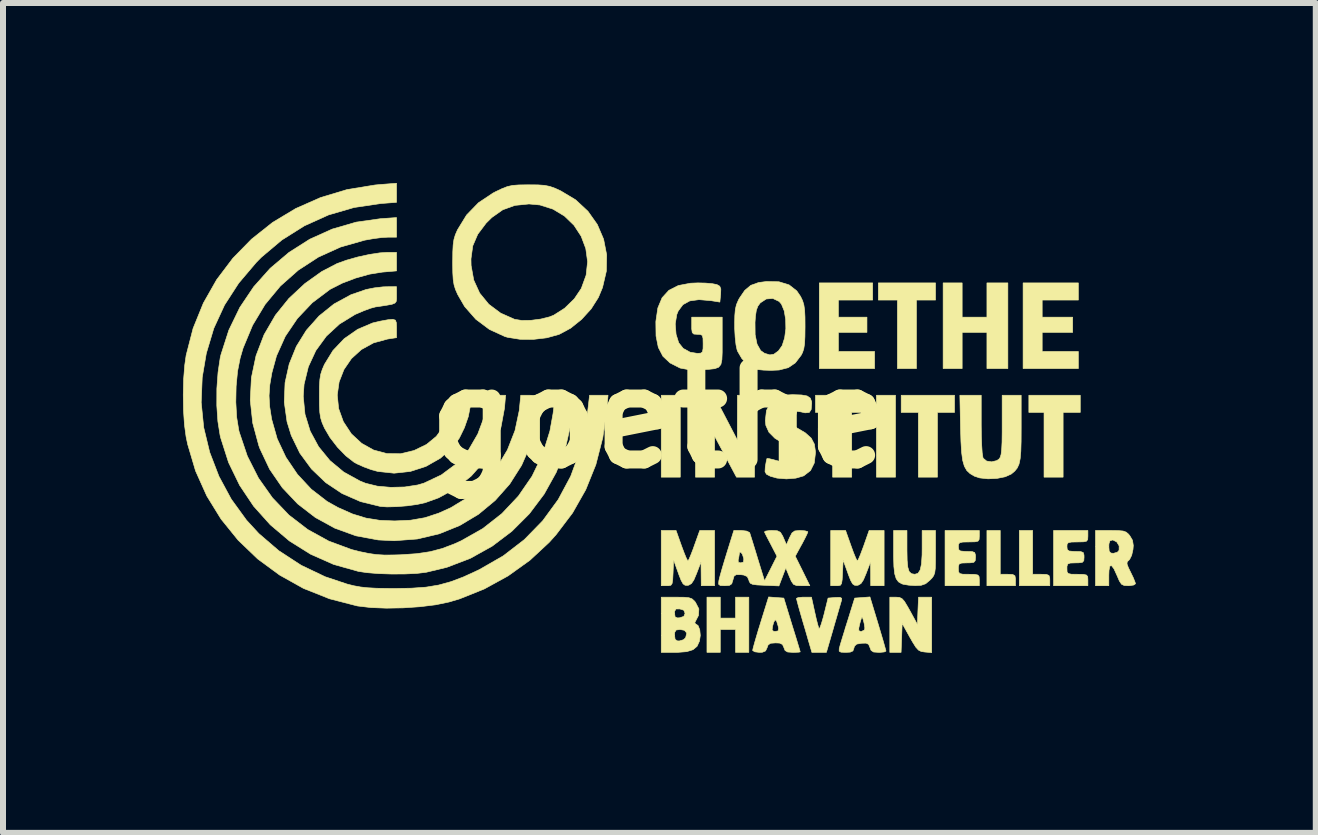
<source format=kicad_pcb>
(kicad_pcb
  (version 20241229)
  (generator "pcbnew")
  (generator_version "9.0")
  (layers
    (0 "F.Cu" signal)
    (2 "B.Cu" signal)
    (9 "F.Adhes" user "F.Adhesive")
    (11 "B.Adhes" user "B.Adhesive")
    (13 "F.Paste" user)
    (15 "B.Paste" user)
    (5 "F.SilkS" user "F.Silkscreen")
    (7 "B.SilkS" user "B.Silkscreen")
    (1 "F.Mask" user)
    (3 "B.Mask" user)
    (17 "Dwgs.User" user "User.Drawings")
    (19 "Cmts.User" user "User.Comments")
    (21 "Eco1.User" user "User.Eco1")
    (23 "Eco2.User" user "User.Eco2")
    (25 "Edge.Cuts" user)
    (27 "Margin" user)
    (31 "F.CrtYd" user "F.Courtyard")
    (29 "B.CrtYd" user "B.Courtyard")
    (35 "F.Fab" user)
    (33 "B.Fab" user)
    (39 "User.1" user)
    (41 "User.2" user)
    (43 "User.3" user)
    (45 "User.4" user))
  (footprint "goethe"
    (layer "F.Cu")
    (at 7.941 3.92)
    (property "Reference" "goethe" (at 0 0 0) (layer "F.SilkS") (effects (font (size 1.524 1.524) (thickness 0.3))))
    (attr through_hole)
    (fp_poly (pts (xy 0.349 0.984) (xy 0.032 0.984) (xy 0.032 -0.381) (xy 0.349 -0.381) (xy 0.349 0.984)) (stroke (width 0.01) (type solid)) (fill yes) (layer "F.SilkS"))
    (fp_poly (pts (xy 3.937 0.984) (xy 3.619 0.984) (xy 3.619 -0.381) (xy 3.937 -0.381) (xy 3.937 0.984)) (stroke (width 0.01) (type solid)) (fill yes) (layer "F.SilkS"))
    (fp_poly (pts (xy 3.493 -0.095) (xy 3.207 -0.095) (xy 3.207 0.984) (xy 2.889 0.984) (xy 2.889 -0.095) (xy 2.603 -0.095) (xy 2.603 -0.381) (xy 3.493 -0.381) (xy 3.493 -0.095)) (stroke (width 0.01) (type solid)) (fill yes) (layer "F.SilkS"))
    (fp_poly (pts (xy 4.604 -1.968) (xy 4.286 -1.968) (xy 4.286 -0.826) (xy 3.969 -0.826) (xy 3.969 -1.968) (xy 3.651 -1.968) (xy 3.651 -2.254) (xy 4.604 -2.254) (xy 4.604 -1.968)) (stroke (width 0.01) (type solid)) (fill yes) (layer "F.SilkS"))
    (fp_poly (pts (xy 4.921 -0.095) (xy 4.636 -0.095) (xy 4.636 0.984) (xy 4.318 0.984) (xy 4.318 -0.095) (xy 4.032 -0.095) (xy 4.032 -0.381) (xy 4.921 -0.381) (xy 4.921 -0.095)) (stroke (width 0.01) (type solid)) (fill yes) (layer "F.SilkS"))
    (fp_poly (pts (xy 7.017 -0.095) (xy 6.731 -0.095) (xy 6.731 0.984) (xy 6.413 0.984) (xy 6.413 -0.095) (xy 6.16 -0.095) (xy 6.16 -0.381) (xy 7.017 -0.381) (xy 7.017 -0.095)) (stroke (width 0.01) (type solid)) (fill yes) (layer "F.SilkS"))
    (fp_poly (pts (xy 5.683 2.603) (xy 5.81 2.603) (xy 5.892 2.607) (xy 5.928 2.628) (xy 5.937 2.678) (xy 5.937 2.699) (xy 5.937 2.794) (xy 5.461 2.794) (xy 5.461 1.873) (xy 5.683 1.873) (xy 5.683 2.603)) (stroke (width 0.01) (type solid)) (fill yes) (layer "F.SilkS"))
    (fp_poly (pts (xy 6.223 2.603) (xy 6.366 2.603) (xy 6.454 2.606) (xy 6.495 2.622) (xy 6.508 2.663) (xy 6.509 2.699) (xy 6.509 2.794) (xy 6.001 2.794) (xy 6.001 1.873) (xy 6.223 1.873) (xy 6.223 2.603)) (stroke (width 0.01) (type solid)) (fill yes) (layer "F.SilkS"))
    (fp_poly (pts (xy 1.016 3.334) (xy 1.27 3.334) (xy 1.27 2.985) (xy 1.492 2.985) (xy 1.492 3.905) (xy 1.27 3.905) (xy 1.27 3.524) (xy 1.016 3.524) (xy 1.016 3.905) (xy 0.794 3.905) (xy 0.794 2.985) (xy 1.016 2.985) (xy 1.016 3.334)) (stroke (width 0.01) (type solid)) (fill yes) (layer "F.SilkS"))
    (fp_poly (pts (xy 3.556 -1.968) (xy 2.985 -1.968) (xy 2.985 -1.683) (xy 3.461 -1.683) (xy 3.461 -1.429) (xy 2.985 -1.429) (xy 2.985 -1.111) (xy 3.588 -1.111) (xy 3.588 -0.826) (xy 2.667 -0.826) (xy 2.667 -2.254) (xy 3.556 -2.254) (xy 3.556 -1.968)) (stroke (width 0.01) (type solid)) (fill yes) (layer "F.SilkS"))
    (fp_poly (pts (xy 5.048 -1.683) (xy 5.461 -1.683) (xy 5.461 -2.254) (xy 5.81 -2.254) (xy 5.81 -0.826) (xy 5.461 -0.826) (xy 5.461 -1.429) (xy 5.048 -1.429) (xy 5.048 -0.826) (xy 4.731 -0.826) (xy 4.731 -2.254) (xy 5.048 -2.254) (xy 5.048 -1.683)) (stroke (width 0.01) (type solid)) (fill yes) (layer "F.SilkS"))
    (fp_poly (pts (xy 6.985 -1.968) (xy 6.382 -1.968) (xy 6.382 -1.683) (xy 6.89 -1.683) (xy 6.89 -1.429) (xy 6.382 -1.429) (xy 6.382 -1.111) (xy 6.985 -1.111) (xy 6.985 -0.826) (xy 6.064 -0.826) (xy 6.064 -2.254) (xy 6.985 -2.254) (xy 6.985 -1.968)) (stroke (width 0.01) (type solid)) (fill yes) (layer "F.SilkS"))
    (fp_poly (pts (xy 1.106 -0.008) (xy 1.3 0.365) (xy 1.301 -0.008) (xy 1.302 -0.381) (xy 1.587 -0.381) (xy 1.587 0.984) (xy 1.437 0.984) (xy 1.286 0.984) (xy 1.104 0.643) (xy 0.922 0.302) (xy 0.921 0.643) (xy 0.921 0.984) (xy 0.603 0.984) (xy 0.603 -0.381) (xy 0.911 -0.381) (xy 1.106 -0.008)) (stroke (width 0.01) (type solid)) (fill yes) (layer "F.SilkS"))
    (fp_poly (pts (xy 4.002 2.989) (xy 4.045 3.009) (xy 4.087 3.056) (xy 4.139 3.143) (xy 4.178 3.212) (xy 4.302 3.439) (xy 4.311 3.212) (xy 4.321 2.985) (xy 4.54 2.985) (xy 4.54 3.909) (xy 4.424 3.899) (xy 4.365 3.89) (xy 4.32 3.867) (xy 4.276 3.819) (xy 4.222 3.733) (xy 4.178 3.656) (xy 4.048 3.422) (xy 4.039 3.664) (xy 4.03 3.905) (xy 3.842 3.905) (xy 3.842 2.985) (xy 3.948 2.985) (xy 4.002 2.989)) (stroke (width 0.01) (type solid)) (fill yes) (layer "F.SilkS"))
    (fp_poly (pts (xy 2.59 3.231) (xy 2.617 3.351) (xy 2.642 3.447) (xy 2.659 3.503) (xy 2.662 3.508) (xy 2.677 3.494) (xy 2.701 3.429) (xy 2.731 3.327) (xy 2.746 3.27) (xy 2.813 3) (xy 2.933 2.99) (xy 3.011 2.988) (xy 3.04 3.003) (xy 3.037 3.038) (xy 3.022 3.089) (xy 2.993 3.188) (xy 2.955 3.32) (xy 2.91 3.474) (xy 2.903 3.5) (xy 2.785 3.905) (xy 2.543 3.905) (xy 2.48 3.691) (xy 2.437 3.541) (xy 2.387 3.373) (xy 2.352 3.251) (xy 2.32 3.139) (xy 2.297 3.052) (xy 2.286 3.007) (xy 2.286 3.005) (xy 2.314 2.992) (xy 2.384 2.985) (xy 2.411 2.985) (xy 2.536 2.985) (xy 2.59 3.231)) (stroke (width 0.01) (type solid)) (fill yes) (layer "F.SilkS"))
    (fp_poly (pts (xy 0.369 2.127) (xy 0.412 2.242) (xy 0.448 2.33) (xy 0.472 2.377) (xy 0.476 2.381) (xy 0.494 2.354) (xy 0.526 2.279) (xy 0.567 2.173) (xy 0.583 2.127) (xy 0.674 1.873) (xy 0.921 1.873) (xy 0.921 2.794) (xy 0.699 2.794) (xy 0.697 2.596) (xy 0.695 2.397) (xy 0.622 2.588) (xy 0.576 2.697) (xy 0.536 2.757) (xy 0.491 2.784) (xy 0.472 2.788) (xy 0.429 2.786) (xy 0.396 2.763) (xy 0.363 2.704) (xy 0.322 2.599) (xy 0.316 2.581) (xy 0.238 2.365) (xy 0.229 2.58) (xy 0.223 2.693) (xy 0.213 2.757) (xy 0.192 2.786) (xy 0.153 2.794) (xy 0.126 2.794) (xy 0.032 2.794) (xy 0.032 1.873) (xy 0.279 1.873) (xy 0.369 2.127)) (stroke (width 0.01) (type solid)) (fill yes) (layer "F.SilkS"))
    (fp_poly (pts (xy 3.195 2.127) (xy 3.237 2.242) (xy 3.273 2.33) (xy 3.297 2.377) (xy 3.301 2.381) (xy 3.319 2.353) (xy 3.351 2.279) (xy 3.391 2.173) (xy 3.408 2.127) (xy 3.497 1.873) (xy 3.747 1.873) (xy 3.747 2.794) (xy 3.524 2.794) (xy 3.523 2.596) (xy 3.521 2.397) (xy 3.448 2.588) (xy 3.402 2.697) (xy 3.362 2.757) (xy 3.317 2.784) (xy 3.298 2.788) (xy 3.255 2.786) (xy 3.222 2.763) (xy 3.189 2.704) (xy 3.148 2.599) (xy 3.142 2.581) (xy 3.064 2.365) (xy 3.054 2.58) (xy 3.048 2.693) (xy 3.038 2.757) (xy 3.018 2.786) (xy 2.979 2.794) (xy 2.951 2.794) (xy 2.857 2.794) (xy 2.857 1.873) (xy 3.105 1.873) (xy 3.195 2.127)) (stroke (width 0.01) (type solid)) (fill yes) (layer "F.SilkS"))
    (fp_poly (pts (xy 4.128 2.2) (xy 4.131 2.37) (xy 4.142 2.485) (xy 4.164 2.557) (xy 4.202 2.593) (xy 4.256 2.603) (xy 4.26 2.603) (xy 4.312 2.587) (xy 4.348 2.532) (xy 4.37 2.433) (xy 4.38 2.282) (xy 4.381 2.177) (xy 4.381 1.873) (xy 4.604 1.873) (xy 4.604 2.241) (xy 4.603 2.399) (xy 4.6 2.507) (xy 4.591 2.578) (xy 4.573 2.627) (xy 4.545 2.666) (xy 4.511 2.701) (xy 4.439 2.761) (xy 4.364 2.787) (xy 4.265 2.792) (xy 4.158 2.785) (xy 4.067 2.77) (xy 4.042 2.762) (xy 3.987 2.73) (xy 3.949 2.678) (xy 3.924 2.597) (xy 3.91 2.475) (xy 3.905 2.304) (xy 3.905 2.24) (xy 3.905 1.873) (xy 4.128 1.873) (xy 4.128 2.2)) (stroke (width 0.01) (type solid)) (fill yes) (layer "F.SilkS"))
    (fp_poly (pts (xy 5.334 1.968) (xy 5.331 2.023) (xy 5.312 2.051) (xy 5.261 2.062) (xy 5.162 2.064) (xy 5.159 2.064) (xy 5.059 2.066) (xy 5.007 2.077) (xy 4.988 2.103) (xy 4.985 2.143) (xy 4.991 2.192) (xy 5.02 2.215) (xy 5.089 2.222) (xy 5.128 2.223) (xy 5.215 2.225) (xy 5.257 2.241) (xy 5.27 2.282) (xy 5.271 2.318) (xy 5.266 2.376) (xy 5.242 2.404) (xy 5.182 2.412) (xy 5.128 2.413) (xy 5.04 2.416) (xy 4.998 2.432) (xy 4.986 2.472) (xy 4.985 2.508) (xy 4.988 2.563) (xy 5.007 2.591) (xy 5.058 2.602) (xy 5.157 2.603) (xy 5.159 2.603) (xy 5.259 2.605) (xy 5.311 2.616) (xy 5.331 2.643) (xy 5.334 2.697) (xy 5.334 2.699) (xy 5.334 2.794) (xy 4.763 2.794) (xy 4.763 1.873) (xy 5.334 1.873) (xy 5.334 1.968)) (stroke (width 0.01) (type solid)) (fill yes) (layer "F.SilkS"))
    (fp_poly (pts (xy 7.144 1.968) (xy 7.141 2.023) (xy 7.122 2.051) (xy 7.07 2.062) (xy 6.972 2.064) (xy 6.969 2.064) (xy 6.869 2.066) (xy 6.817 2.077) (xy 6.797 2.103) (xy 6.795 2.143) (xy 6.8 2.192) (xy 6.83 2.215) (xy 6.899 2.222) (xy 6.937 2.223) (xy 7.025 2.225) (xy 7.067 2.241) (xy 7.079 2.282) (xy 7.08 2.318) (xy 7.076 2.376) (xy 7.052 2.404) (xy 6.991 2.412) (xy 6.937 2.413) (xy 6.85 2.416) (xy 6.808 2.432) (xy 6.795 2.472) (xy 6.795 2.508) (xy 6.797 2.563) (xy 6.817 2.591) (xy 6.868 2.602) (xy 6.966 2.603) (xy 6.969 2.603) (xy 7.069 2.605) (xy 7.121 2.616) (xy 7.141 2.643) (xy 7.144 2.697) (xy 7.144 2.699) (xy 7.144 2.794) (xy 6.572 2.794) (xy 6.572 1.873) (xy 7.144 1.873) (xy 7.144 1.968)) (stroke (width 0.01) (type solid)) (fill yes) (layer "F.SilkS"))
    (fp_poly (pts (xy 5.366 0.113) (xy 5.368 0.296) (xy 5.374 0.454) (xy 5.382 0.577) (xy 5.394 0.654) (xy 5.399 0.669) (xy 5.456 0.716) (xy 5.54 0.729) (xy 5.626 0.708) (xy 5.665 0.68) (xy 5.684 0.651) (xy 5.698 0.601) (xy 5.707 0.52) (xy 5.713 0.4) (xy 5.715 0.231) (xy 5.715 0.125) (xy 5.715 -0.381) (xy 6.032 -0.381) (xy 6.032 0.167) (xy 6.031 0.387) (xy 6.026 0.554) (xy 6.015 0.677) (xy 5.996 0.767) (xy 5.966 0.832) (xy 5.925 0.883) (xy 5.869 0.93) (xy 5.865 0.933) (xy 5.765 0.978) (xy 5.629 1.005) (xy 5.479 1.012) (xy 5.341 0.997) (xy 5.253 0.968) (xy 5.18 0.925) (xy 5.125 0.873) (xy 5.085 0.802) (xy 5.057 0.705) (xy 5.039 0.571) (xy 5.028 0.391) (xy 5.021 0.167) (xy 5.01 -0.381) (xy 5.366 -0.381) (xy 5.366 0.113)) (stroke (width 0.01) (type solid)) (fill yes) (layer "F.SilkS"))
    (fp_poly (pts (xy 1.948 2.991) (xy 2.075 3) (xy 2.211 3.445) (xy 2.26 3.602) (xy 2.301 3.736) (xy 2.331 3.836) (xy 2.347 3.89) (xy 2.349 3.897) (xy 2.321 3.902) (xy 2.251 3.905) (xy 2.223 3.905) (xy 2.139 3.899) (xy 2.096 3.874) (xy 2.077 3.826) (xy 2.053 3.773) (xy 2.004 3.75) (xy 1.937 3.747) (xy 1.854 3.753) (xy 1.813 3.782) (xy 1.797 3.826) (xy 1.771 3.881) (xy 1.718 3.903) (xy 1.666 3.905) (xy 1.593 3.896) (xy 1.557 3.875) (xy 1.556 3.87) (xy 1.565 3.829) (xy 1.59 3.738) (xy 1.627 3.612) (xy 1.651 3.531) (xy 1.88 3.531) (xy 1.905 3.554) (xy 1.934 3.556) (xy 1.98 3.547) (xy 1.988 3.507) (xy 1.981 3.469) (xy 1.955 3.384) (xy 1.931 3.362) (xy 1.907 3.403) (xy 1.888 3.469) (xy 1.88 3.531) (xy 1.651 3.531) (xy 1.673 3.461) (xy 1.689 3.408) (xy 1.822 2.981) (xy 1.948 2.991)) (stroke (width 0.01) (type solid)) (fill yes) (layer "F.SilkS"))
    (fp_poly (pts (xy 3.645 3.423) (xy 3.692 3.581) (xy 3.732 3.716) (xy 3.761 3.819) (xy 3.777 3.876) (xy 3.778 3.884) (xy 3.75 3.898) (xy 3.68 3.905) (xy 3.655 3.905) (xy 3.571 3.899) (xy 3.53 3.872) (xy 3.511 3.824) (xy 3.489 3.771) (xy 3.446 3.751) (xy 3.372 3.753) (xy 3.29 3.767) (xy 3.253 3.802) (xy 3.244 3.834) (xy 3.227 3.881) (xy 3.182 3.901) (xy 3.109 3.905) (xy 3.029 3.902) (xy 2.998 3.885) (xy 2.999 3.842) (xy 3.003 3.828) (xy 3.019 3.768) (xy 3.051 3.663) (xy 3.093 3.527) (xy 3.099 3.505) (xy 3.324 3.505) (xy 3.327 3.544) (xy 3.354 3.556) (xy 3.369 3.556) (xy 3.418 3.533) (xy 3.426 3.5) (xy 3.415 3.426) (xy 3.4 3.365) (xy 3.385 3.322) (xy 3.372 3.326) (xy 3.354 3.382) (xy 3.343 3.421) (xy 3.324 3.505) (xy 3.099 3.505) (xy 3.14 3.376) (xy 3.257 3) (xy 3.384 2.991) (xy 3.511 2.981) (xy 3.645 3.423)) (stroke (width 0.01) (type solid)) (fill yes) (layer "F.SilkS"))
    (fp_poly (pts (xy 0.411 2.986) (xy 0.493 2.994) (xy 0.544 3.012) (xy 0.582 3.046) (xy 0.601 3.068) (xy 0.659 3.18) (xy 0.653 3.289) (xy 0.617 3.358) (xy 0.591 3.411) (xy 0.602 3.429) (xy 0.645 3.457) (xy 0.674 3.528) (xy 0.683 3.622) (xy 0.669 3.717) (xy 0.629 3.804) (xy 0.562 3.86) (xy 0.457 3.893) (xy 0.304 3.905) (xy 0.253 3.905) (xy 0.032 3.905) (xy 0.032 3.619) (xy 0.254 3.619) (xy 0.263 3.688) (xy 0.299 3.713) (xy 0.332 3.715) (xy 0.404 3.694) (xy 0.439 3.659) (xy 0.457 3.583) (xy 0.419 3.537) (xy 0.347 3.524) (xy 0.281 3.532) (xy 0.257 3.57) (xy 0.254 3.619) (xy 0.032 3.619) (xy 0.032 3.254) (xy 0.254 3.254) (xy 0.263 3.314) (xy 0.303 3.331) (xy 0.341 3.328) (xy 0.409 3.305) (xy 0.429 3.254) (xy 0.408 3.202) (xy 0.341 3.181) (xy 0.278 3.182) (xy 0.256 3.218) (xy 0.254 3.254) (xy 0.032 3.254) (xy 0.032 2.985) (xy 0.283 2.985) (xy 0.411 2.986)) (stroke (width 0.01) (type solid)) (fill yes) (layer "F.SilkS"))
    (fp_poly (pts (xy 7.65 1.875) (xy 7.731 1.882) (xy 7.783 1.901) (xy 7.822 1.935) (xy 7.843 1.961) (xy 7.888 2.037) (xy 7.901 2.123) (xy 7.896 2.189) (xy 7.874 2.287) (xy 7.839 2.357) (xy 7.828 2.368) (xy 7.8 2.395) (xy 7.796 2.431) (xy 7.819 2.493) (xy 7.856 2.568) (xy 7.901 2.661) (xy 7.93 2.734) (xy 7.938 2.761) (xy 7.909 2.782) (xy 7.84 2.793) (xy 7.818 2.794) (xy 7.749 2.79) (xy 7.705 2.769) (xy 7.669 2.715) (xy 7.632 2.629) (xy 7.579 2.513) (xy 7.538 2.459) (xy 7.51 2.467) (xy 7.496 2.538) (xy 7.493 2.617) (xy 7.493 2.794) (xy 7.271 2.794) (xy 7.271 2.143) (xy 7.493 2.143) (xy 7.499 2.218) (xy 7.526 2.249) (xy 7.569 2.254) (xy 7.635 2.236) (xy 7.664 2.204) (xy 7.665 2.13) (xy 7.625 2.064) (xy 7.562 2.032) (xy 7.555 2.032) (xy 7.512 2.045) (xy 7.495 2.095) (xy 7.493 2.143) (xy 7.271 2.143) (xy 7.271 1.873) (xy 7.522 1.873) (xy 7.65 1.875)) (stroke (width 0.01) (type solid)) (fill yes) (layer "F.SilkS"))
    (fp_poly (pts (xy 2.369 -0.386) (xy 2.464 -0.369) (xy 2.517 -0.333) (xy 2.538 -0.276) (xy 2.54 -0.244) (xy 2.531 -0.142) (xy 2.499 -0.094) (xy 2.43 -0.088) (xy 2.356 -0.105) (xy 2.229 -0.122) (xy 2.145 -0.093) (xy 2.104 -0.019) (xy 2.101 -0.006) (xy 2.107 0.037) (xy 2.147 0.079) (xy 2.23 0.13) (xy 2.281 0.156) (xy 2.433 0.245) (xy 2.532 0.334) (xy 2.585 0.435) (xy 2.603 0.561) (xy 2.603 0.577) (xy 2.583 0.748) (xy 2.52 0.874) (xy 2.411 0.959) (xy 2.402 0.964) (xy 2.274 1.001) (xy 2.118 1.013) (xy 1.962 1) (xy 1.851 0.969) (xy 1.786 0.935) (xy 1.762 0.893) (xy 1.766 0.819) (xy 1.768 0.804) (xy 1.782 0.724) (xy 1.793 0.677) (xy 1.795 0.673) (xy 1.827 0.675) (xy 1.902 0.693) (xy 1.967 0.711) (xy 2.112 0.74) (xy 2.214 0.731) (xy 2.271 0.684) (xy 2.28 0.614) (xy 2.262 0.56) (xy 2.212 0.509) (xy 2.118 0.451) (xy 2.082 0.432) (xy 1.926 0.335) (xy 1.827 0.235) (xy 1.776 0.122) (xy 1.767 0.043) (xy 1.786 -0.127) (xy 1.854 -0.256) (xy 1.969 -0.343) (xy 2.129 -0.386) (xy 2.22 -0.391) (xy 2.369 -0.386)) (stroke (width 0.01) (type solid)) (fill yes) (layer "F.SilkS"))
    (fp_poly (pts (xy 0.771 -2.251) (xy 0.883 -2.241) (xy 0.955 -2.227) (xy 0.96 -2.226) (xy 1.007 -2.199) (xy 1.025 -2.153) (xy 1.022 -2.068) (xy 1.022 -2.066) (xy 1.009 -1.934) (xy 0.862 -1.958) (xy 0.661 -1.975) (xy 0.507 -1.954) (xy 0.393 -1.891) (xy 0.315 -1.786) (xy 0.291 -1.727) (xy 0.265 -1.57) (xy 0.279 -1.397) (xy 0.323 -1.256) (xy 0.398 -1.162) (xy 0.513 -1.099) (xy 0.633 -1.079) (xy 0.691 -1.083) (xy 0.719 -1.104) (xy 0.729 -1.159) (xy 0.73 -1.238) (xy 0.728 -1.332) (xy 0.715 -1.379) (xy 0.682 -1.395) (xy 0.635 -1.397) (xy 0.576 -1.401) (xy 0.549 -1.425) (xy 0.54 -1.486) (xy 0.54 -1.54) (xy 0.54 -1.683) (xy 1.048 -1.683) (xy 1.048 -1.273) (xy 1.048 -1.097) (xy 1.043 -0.974) (xy 1.026 -0.894) (xy 0.988 -0.848) (xy 0.923 -0.824) (xy 0.823 -0.813) (xy 0.699 -0.806) (xy 0.496 -0.807) (xy 0.349 -0.834) (xy 0.341 -0.837) (xy 0.178 -0.92) (xy 0.059 -1.032) (xy -0.017 -1.179) (xy -0.055 -1.369) (xy -0.058 -1.606) (xy -0.057 -1.617) (xy -0.025 -1.836) (xy 0.046 -2.006) (xy 0.159 -2.13) (xy 0.316 -2.21) (xy 0.52 -2.249) (xy 0.643 -2.254) (xy 0.771 -2.251)) (stroke (width 0.01) (type solid)) (fill yes) (layer "F.SilkS"))
    (fp_poly (pts (xy 1.994 -2.273) (xy 2.163 -2.221) (xy 2.291 -2.121) (xy 2.355 -2.027) (xy 2.388 -1.958) (xy 2.409 -1.889) (xy 2.422 -1.802) (xy 2.428 -1.683) (xy 2.429 -1.524) (xy 2.427 -1.358) (xy 2.421 -1.24) (xy 2.408 -1.157) (xy 2.387 -1.093) (xy 2.364 -1.048) (xy 2.267 -0.921) (xy 2.149 -0.841) (xy 1.997 -0.802) (xy 1.861 -0.796) (xy 1.738 -0.8) (xy 1.634 -0.81) (xy 1.572 -0.824) (xy 1.471 -0.89) (xy 1.375 -0.994) (xy 1.305 -1.114) (xy 1.296 -1.138) (xy 1.278 -1.222) (xy 1.264 -1.348) (xy 1.256 -1.493) (xy 1.256 -1.556) (xy 1.256 -1.596) (xy 1.595 -1.596) (xy 1.597 -1.391) (xy 1.629 -1.233) (xy 1.689 -1.126) (xy 1.753 -1.081) (xy 1.842 -1.054) (xy 1.909 -1.065) (xy 1.985 -1.12) (xy 1.986 -1.121) (xy 2.048 -1.209) (xy 2.089 -1.338) (xy 2.109 -1.489) (xy 2.106 -1.645) (xy 2.082 -1.788) (xy 2.036 -1.9) (xy 1.997 -1.945) (xy 1.892 -1.995) (xy 1.782 -1.986) (xy 1.683 -1.921) (xy 1.643 -1.867) (xy 1.617 -1.798) (xy 1.602 -1.697) (xy 1.595 -1.596) (xy 1.256 -1.596) (xy 1.258 -1.706) (xy 1.267 -1.812) (xy 1.286 -1.893) (xy 1.318 -1.967) (xy 1.334 -1.997) (xy 1.424 -2.129) (xy 1.524 -2.213) (xy 1.654 -2.26) (xy 1.785 -2.277) (xy 1.994 -2.273)) (stroke (width 0.01) (type solid)) (fill yes) (layer "F.SilkS"))
    (fp_poly (pts (xy -4.4 -1.633) (xy -4.384 -1.591) (xy -4.381 -1.518) (xy -4.381 -1.496) (xy -4.381 -1.341) (xy -4.531 -1.318) (xy -4.765 -1.254) (xy -4.967 -1.143) (xy -5.133 -0.992) (xy -5.258 -0.809) (xy -5.338 -0.604) (xy -5.369 -0.385) (xy -5.346 -0.159) (xy -5.268 0.058) (xy -5.134 0.262) (xy -4.962 0.421) (xy -4.763 0.532) (xy -4.543 0.591) (xy -4.314 0.594) (xy -4.089 0.54) (xy -3.881 0.439) (xy -3.717 0.304) (xy -3.59 0.128) (xy -3.497 -0.095) (xy -3.446 -0.294) (xy -3.429 -0.347) (xy -3.394 -0.373) (xy -3.322 -0.381) (xy -3.281 -0.381) (xy -3.134 -0.381) (xy -3.152 -0.191) (xy -3.185 -0.024) (xy -3.249 0.159) (xy -3.333 0.331) (xy -3.427 0.468) (xy -3.439 0.481) (xy -3.65 0.668) (xy -3.891 0.805) (xy -4.151 0.889) (xy -4.422 0.918) (xy -4.692 0.889) (xy -4.799 0.86) (xy -4.921 0.815) (xy -5.036 0.764) (xy -5.089 0.735) (xy -5.225 0.629) (xy -5.365 0.485) (xy -5.49 0.323) (xy -5.582 0.166) (xy -5.621 0.077) (xy -5.646 -0.004) (xy -5.66 -0.095) (xy -5.666 -0.214) (xy -5.667 -0.365) (xy -5.666 -0.527) (xy -5.659 -0.643) (xy -5.644 -0.733) (xy -5.618 -0.813) (xy -5.582 -0.896) (xy -5.441 -1.126) (xy -5.253 -1.324) (xy -5.029 -1.48) (xy -4.78 -1.586) (xy -4.653 -1.616) (xy -4.523 -1.64) (xy -4.443 -1.647) (xy -4.4 -1.633)) (stroke (width 0.01) (type solid)) (fill yes) (layer "F.SilkS"))
    (fp_poly (pts (xy -4.381 -2.049) (xy -4.381 -1.987) (xy -4.386 -1.945) (xy -4.407 -1.918) (xy -4.456 -1.898) (xy -4.543 -1.882) (xy -4.678 -1.861) (xy -4.731 -1.854) (xy -4.813 -1.832) (xy -4.929 -1.789) (xy -5.056 -1.735) (xy -5.075 -1.726) (xy -5.332 -1.568) (xy -5.551 -1.366) (xy -5.726 -1.126) (xy -5.851 -0.856) (xy -5.922 -0.565) (xy -5.936 -0.364) (xy -5.907 -0.065) (xy -5.82 0.218) (xy -5.68 0.477) (xy -5.492 0.707) (xy -5.261 0.899) (xy -4.991 1.048) (xy -4.897 1.086) (xy -4.703 1.134) (xy -4.477 1.154) (xy -4.243 1.148) (xy -4.026 1.114) (xy -3.924 1.084) (xy -3.634 0.947) (xy -3.387 0.763) (xy -3.183 0.535) (xy -3.026 0.264) (xy -2.94 0.034) (xy -2.911 -0.088) (xy -2.892 -0.208) (xy -2.889 -0.26) (xy -2.889 -0.381) (xy -2.563 -0.381) (xy -2.581 -0.167) (xy -2.64 0.152) (xy -2.756 0.451) (xy -2.923 0.725) (xy -3.136 0.966) (xy -3.39 1.17) (xy -3.678 1.328) (xy -3.902 1.409) (xy -4.037 1.439) (xy -4.204 1.462) (xy -4.38 1.476) (xy -4.54 1.48) (xy -4.651 1.472) (xy -4.982 1.391) (xy -5.288 1.257) (xy -5.562 1.074) (xy -5.798 0.848) (xy -5.992 0.584) (xy -6.136 0.288) (xy -6.206 0.061) (xy -6.252 -0.267) (xy -6.239 -0.59) (xy -6.17 -0.901) (xy -6.051 -1.195) (xy -5.884 -1.464) (xy -5.673 -1.702) (xy -5.424 -1.902) (xy -5.14 -2.057) (xy -4.888 -2.144) (xy -4.752 -2.171) (xy -4.607 -2.188) (xy -4.548 -2.19) (xy -4.381 -2.191) (xy -4.381 -2.049)) (stroke (width 0.01) (type solid)) (fill yes) (layer "F.SilkS"))
    (fp_poly (pts (xy -4.381 -2.454) (xy -4.617 -2.434) (xy -4.829 -2.4) (xy -5.062 -2.335) (xy -5.288 -2.249) (xy -5.481 -2.151) (xy -5.494 -2.143) (xy -5.786 -1.923) (xy -6.034 -1.661) (xy -6.235 -1.364) (xy -6.382 -1.037) (xy -6.459 -0.755) (xy -6.494 -0.551) (xy -6.506 -0.373) (xy -6.496 -0.193) (xy -6.463 0.016) (xy -6.462 0.021) (xy -6.37 0.345) (xy -6.225 0.653) (xy -6.033 0.937) (xy -5.802 1.185) (xy -5.538 1.389) (xy -5.36 1.489) (xy -5.114 1.598) (xy -4.889 1.667) (xy -4.659 1.704) (xy -4.413 1.714) (xy -4.148 1.702) (xy -3.912 1.661) (xy -3.679 1.585) (xy -3.477 1.494) (xy -3.187 1.318) (xy -2.929 1.093) (xy -2.709 0.827) (xy -2.532 0.529) (xy -2.406 0.208) (xy -2.335 -0.126) (xy -2.331 -0.166) (xy -2.31 -0.381) (xy -2.155 -0.381) (xy -2.063 -0.379) (xy -2.017 -0.366) (xy -2.002 -0.33) (xy -2.001 -0.278) (xy -2.008 -0.195) (xy -2.023 -0.075) (xy -2.044 0.056) (xy -2.046 0.064) (xy -2.144 0.441) (xy -2.296 0.787) (xy -2.494 1.099) (xy -2.736 1.372) (xy -3.016 1.604) (xy -3.329 1.791) (xy -3.67 1.929) (xy -4.035 2.015) (xy -4.419 2.044) (xy -4.686 2.031) (xy -5.058 1.962) (xy -5.409 1.835) (xy -5.735 1.656) (xy -6.028 1.43) (xy -6.284 1.16) (xy -6.496 0.852) (xy -6.658 0.509) (xy -6.676 0.46) (xy -6.778 0.082) (xy -6.819 -0.298) (xy -6.8 -0.674) (xy -6.723 -1.04) (xy -6.589 -1.39) (xy -6.399 -1.717) (xy -6.174 -1.996) (xy -5.91 -2.242) (xy -5.628 -2.443) (xy -5.371 -2.577) (xy -5.214 -2.633) (xy -5.027 -2.686) (xy -4.834 -2.728) (xy -4.658 -2.755) (xy -4.548 -2.762) (xy -4.381 -2.762) (xy -4.381 -2.454)) (stroke (width 0.01) (type solid)) (fill yes) (layer "F.SilkS"))
    (fp_poly (pts (xy -2.024 -3.888) (xy -1.913 -3.88) (xy -1.824 -3.862) (xy -1.735 -3.83) (xy -1.644 -3.788) (xy -1.394 -3.638) (xy -1.19 -3.448) (xy -1.034 -3.228) (xy -0.929 -2.983) (xy -0.878 -2.722) (xy -0.883 -2.451) (xy -0.947 -2.177) (xy -1.016 -2.011) (xy -1.136 -1.822) (xy -1.296 -1.646) (xy -1.479 -1.499) (xy -1.667 -1.398) (xy -1.674 -1.395) (xy -1.872 -1.34) (xy -2.096 -1.313) (xy -2.321 -1.314) (xy -2.521 -1.345) (xy -2.572 -1.359) (xy -2.832 -1.478) (xy -3.059 -1.648) (xy -3.246 -1.861) (xy -3.36 -2.058) (xy -3.398 -2.144) (xy -3.422 -2.222) (xy -3.436 -2.31) (xy -3.443 -2.425) (xy -3.445 -2.585) (xy -3.445 -2.603) (xy -3.444 -2.655) (xy -3.14 -2.655) (xy -3.138 -2.545) (xy -3.094 -2.301) (xy -2.995 -2.084) (xy -2.843 -1.898) (xy -2.645 -1.75) (xy -2.413 -1.647) (xy -2.294 -1.628) (xy -2.141 -1.63) (xy -1.978 -1.651) (xy -1.83 -1.688) (xy -1.76 -1.716) (xy -1.578 -1.832) (xy -1.417 -1.989) (xy -1.301 -2.161) (xy -1.22 -2.384) (xy -1.196 -2.608) (xy -1.226 -2.827) (xy -1.303 -3.032) (xy -1.423 -3.215) (xy -1.581 -3.368) (xy -1.771 -3.483) (xy -1.99 -3.553) (xy -2.175 -3.57) (xy -2.408 -3.546) (xy -2.61 -3.473) (xy -2.793 -3.344) (xy -2.887 -3.251) (xy -3.027 -3.065) (xy -3.11 -2.872) (xy -3.14 -2.655) (xy -3.444 -2.655) (xy -3.443 -2.769) (xy -3.437 -2.887) (xy -3.424 -2.977) (xy -3.401 -3.055) (xy -3.365 -3.138) (xy -3.362 -3.143) (xy -3.213 -3.386) (xy -3.015 -3.59) (xy -2.772 -3.752) (xy -2.738 -3.77) (xy -2.623 -3.825) (xy -2.533 -3.86) (xy -2.447 -3.879) (xy -2.344 -3.887) (xy -2.202 -3.889) (xy -2.177 -3.889) (xy -2.024 -3.888)) (stroke (width 0.01) (type solid)) (fill yes) (layer "F.SilkS"))
    (fp_poly (pts (xy 1.455 1.883) (xy 1.504 1.907) (xy 1.507 1.913) (xy 1.521 1.957) (xy 1.55 2.049) (xy 1.589 2.175) (xy 1.634 2.323) (xy 1.637 2.333) (xy 1.754 2.713) (xy 1.858 2.507) (xy 1.961 2.302) (xy 1.862 2.111) (xy 1.81 2.012) (xy 1.77 1.934) (xy 1.752 1.897) (xy 1.773 1.883) (xy 1.84 1.874) (xy 1.879 1.873) (xy 1.967 1.878) (xy 2.018 1.903) (xy 2.055 1.963) (xy 2.068 1.992) (xy 2.119 2.111) (xy 2.171 1.992) (xy 2.211 1.915) (xy 2.257 1.881) (xy 2.335 1.873) (xy 2.35 1.873) (xy 2.429 1.879) (xy 2.473 1.892) (xy 2.476 1.897) (xy 2.461 1.935) (xy 2.423 2.012) (xy 2.371 2.111) (xy 2.37 2.111) (xy 2.266 2.302) (xy 2.388 2.548) (xy 2.509 2.794) (xy 2.37 2.794) (xy 2.286 2.791) (xy 2.237 2.771) (xy 2.201 2.719) (xy 2.169 2.645) (xy 2.108 2.497) (xy 2.051 2.647) (xy 1.994 2.797) (xy 1.752 2.787) (xy 1.629 2.781) (xy 1.556 2.771) (xy 1.517 2.753) (xy 1.498 2.721) (xy 1.492 2.699) (xy 1.466 2.642) (xy 1.408 2.616) (xy 1.36 2.61) (xy 1.283 2.609) (xy 1.246 2.633) (xy 1.227 2.697) (xy 1.207 2.762) (xy 1.167 2.789) (xy 1.092 2.794) (xy 1.016 2.791) (xy 0.988 2.769) (xy 0.992 2.714) (xy 0.996 2.696) (xy 1.013 2.627) (xy 1.045 2.514) (xy 1.087 2.373) (xy 1.09 2.363) (xy 1.314 2.363) (xy 1.317 2.404) (xy 1.357 2.413) (xy 1.402 2.4) (xy 1.408 2.35) (xy 1.405 2.333) (xy 1.384 2.269) (xy 1.357 2.234) (xy 1.337 2.24) (xy 1.333 2.266) (xy 1.322 2.337) (xy 1.314 2.363) (xy 1.09 2.363) (xy 1.129 2.236) (xy 1.242 1.873) (xy 1.368 1.873) (xy 1.455 1.883)) (stroke (width 0.01) (type solid)) (fill yes) (layer "F.SilkS"))
    (fp_poly (pts (xy -4.381 -3.597) (xy -4.647 -3.577) (xy -5.089 -3.511) (xy -5.515 -3.387) (xy -5.918 -3.205) (xy -6.293 -2.969) (xy -6.634 -2.682) (xy -6.717 -2.598) (xy -7.012 -2.25) (xy -7.248 -1.885) (xy -7.427 -1.497) (xy -7.552 -1.08) (xy -7.62 -0.678) (xy -7.637 -0.261) (xy -7.595 0.158) (xy -7.495 0.571) (xy -7.341 0.971) (xy -7.136 1.351) (xy -6.882 1.701) (xy -6.677 1.924) (xy -6.344 2.21) (xy -5.971 2.453) (xy -5.569 2.645) (xy -5.207 2.766) (xy -5.091 2.795) (xy -4.981 2.815) (xy -4.861 2.828) (xy -4.717 2.836) (xy -4.532 2.839) (xy -4.413 2.84) (xy -4.13 2.835) (xy -3.891 2.818) (xy -3.679 2.783) (xy -3.476 2.727) (xy -3.264 2.647) (xy -3.025 2.537) (xy -3 2.525) (xy -2.603 2.297) (xy -2.25 2.025) (xy -1.944 1.711) (xy -1.686 1.358) (xy -1.478 0.97) (xy -1.323 0.548) (xy -1.222 0.097) (xy -1.201 -0.053) (xy -1.163 -0.381) (xy -0.855 -0.381) (xy -0.874 -0.167) (xy -0.942 0.323) (xy -1.058 0.775) (xy -1.226 1.192) (xy -1.446 1.58) (xy -1.721 1.943) (xy -1.836 2.071) (xy -2.157 2.369) (xy -2.521 2.63) (xy -2.916 2.847) (xy -3.329 3.013) (xy -3.508 3.066) (xy -3.729 3.112) (xy -3.989 3.144) (xy -4.269 3.163) (xy -4.549 3.168) (xy -4.808 3.158) (xy -5.028 3.132) (xy -5.043 3.129) (xy -5.5 3.011) (xy -5.931 2.839) (xy -6.33 2.616) (xy -6.696 2.347) (xy -7.022 2.034) (xy -7.306 1.683) (xy -7.544 1.297) (xy -7.731 0.88) (xy -7.863 0.435) (xy -7.889 0.31) (xy -7.916 0.11) (xy -7.932 -0.13) (xy -7.936 -0.39) (xy -7.93 -0.649) (xy -7.911 -0.885) (xy -7.888 -1.047) (xy -7.772 -1.496) (xy -7.601 -1.917) (xy -7.379 -2.308) (xy -7.11 -2.664) (xy -6.798 -2.983) (xy -6.448 -3.261) (xy -6.063 -3.493) (xy -5.647 -3.677) (xy -5.205 -3.81) (xy -4.741 -3.886) (xy -4.655 -3.894) (xy -4.381 -3.915) (xy -4.381 -3.597)) (stroke (width 0.01) (type solid)) (fill yes) (layer "F.SilkS"))
    (fp_poly (pts (xy -4.381 -3.016) (xy -4.526 -3.016) (xy -4.63 -3.01) (xy -4.767 -2.992) (xy -4.908 -2.967) (xy -4.913 -2.966) (xy -5.314 -2.852) (xy -5.684 -2.684) (xy -6.019 -2.466) (xy -6.317 -2.202) (xy -6.572 -1.895) (xy -6.78 -1.549) (xy -6.939 -1.167) (xy -6.988 -1) (xy -7.031 -0.781) (xy -7.055 -0.529) (xy -7.06 -0.266) (xy -7.046 -0.016) (xy -7.011 0.2) (xy -7.003 0.233) (xy -6.868 0.633) (xy -6.682 1) (xy -6.45 1.328) (xy -6.175 1.616) (xy -5.861 1.857) (xy -5.511 2.05) (xy -5.13 2.191) (xy -4.997 2.225) (xy -4.847 2.256) (xy -4.716 2.275) (xy -4.578 2.283) (xy -4.412 2.281) (xy -4.31 2.278) (xy -4.047 2.26) (xy -3.824 2.227) (xy -3.621 2.174) (xy -3.415 2.096) (xy -3.305 2.046) (xy -2.944 1.842) (xy -2.624 1.591) (xy -2.349 1.299) (xy -2.122 0.969) (xy -1.946 0.606) (xy -1.824 0.215) (xy -1.772 -0.073) (xy -1.733 -0.381) (xy -1.581 -0.381) (xy -1.489 -0.378) (xy -1.445 -0.364) (xy -1.43 -0.329) (xy -1.429 -0.294) (xy -1.434 -0.224) (xy -1.446 -0.111) (xy -1.464 0.026) (xy -1.475 0.097) (xy -1.568 0.512) (xy -1.718 0.903) (xy -1.919 1.265) (xy -2.167 1.595) (xy -2.458 1.886) (xy -2.787 2.135) (xy -3.15 2.337) (xy -3.542 2.487) (xy -3.887 2.57) (xy -4.044 2.589) (xy -4.243 2.598) (xy -4.462 2.599) (xy -4.68 2.592) (xy -4.875 2.576) (xy -5.016 2.555) (xy -5.429 2.439) (xy -5.814 2.268) (xy -6.167 2.047) (xy -6.485 1.778) (xy -6.763 1.468) (xy -6.996 1.12) (xy -7.181 0.739) (xy -7.312 0.329) (xy -7.323 0.281) (xy -7.359 0.054) (xy -7.377 -0.211) (xy -7.376 -0.491) (xy -7.356 -0.764) (xy -7.32 -1.006) (xy -7.307 -1.06) (xy -7.176 -1.467) (xy -6.993 -1.845) (xy -6.761 -2.19) (xy -6.487 -2.497) (xy -6.174 -2.762) (xy -5.828 -2.982) (xy -5.453 -3.151) (xy -5.054 -3.267) (xy -4.651 -3.324) (xy -4.381 -3.343) (xy -4.381 -3.016)) (stroke (width 0.01) (type solid)) (fill yes) (layer "F.SilkS")))
  (gr_rect
    (start -3 -3)
    (end 18.884 10.834)
    (stroke (width 0.1) (type default))
    (fill no)
    (layer "Edge.Cuts")))
</source>
